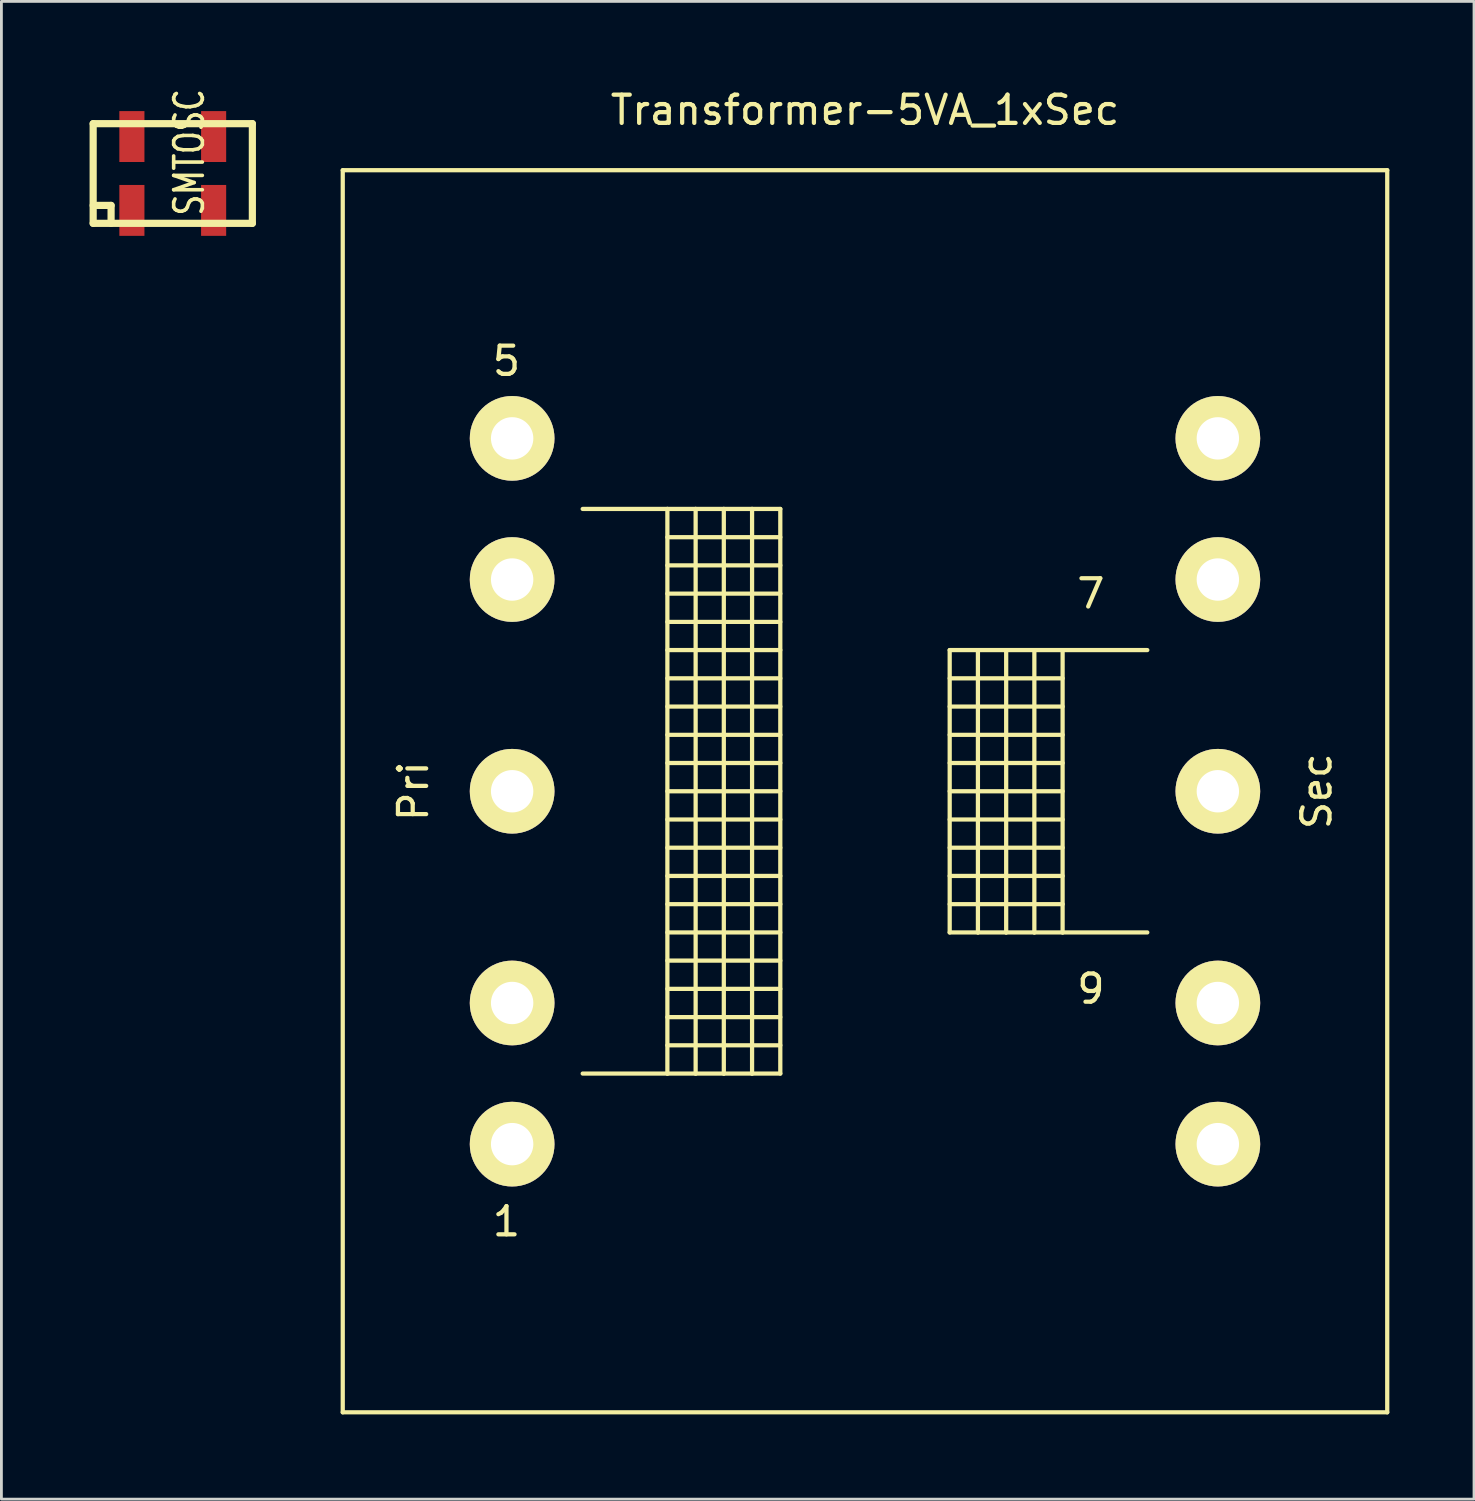
<source format=kicad_pcb>
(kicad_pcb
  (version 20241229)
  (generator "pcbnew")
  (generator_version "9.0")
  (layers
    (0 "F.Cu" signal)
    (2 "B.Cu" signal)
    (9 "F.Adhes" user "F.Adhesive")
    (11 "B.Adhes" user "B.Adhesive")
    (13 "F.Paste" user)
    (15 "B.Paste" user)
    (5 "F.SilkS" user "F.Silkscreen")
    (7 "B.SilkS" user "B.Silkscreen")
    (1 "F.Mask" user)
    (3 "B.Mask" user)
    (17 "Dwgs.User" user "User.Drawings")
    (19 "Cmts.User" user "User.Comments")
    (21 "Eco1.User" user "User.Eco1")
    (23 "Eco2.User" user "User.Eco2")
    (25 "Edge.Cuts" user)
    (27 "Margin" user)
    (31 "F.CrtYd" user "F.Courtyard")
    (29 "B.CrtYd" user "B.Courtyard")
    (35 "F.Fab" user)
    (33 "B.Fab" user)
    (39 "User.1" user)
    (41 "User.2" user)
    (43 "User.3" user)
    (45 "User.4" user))
  (footprint "Transformer-5VA_1xSec"
    (layer "F.Cu")
    (at 27.59 24.978)
    (property "Reference" "Transformer-5VA_1xSec" (at 0 -24.13 0) (layer "F.SilkS") (effects (font (size 1 1) (thickness 0.15))))
    (attr through_hole)
    (fp_line (start -18.499 -21.999) (end -18.499 21.999) (stroke (width 0.15) (type solid)) (layer "F.SilkS"))
    (fp_line (start -18.499 21.999) (end 18.499 21.999) (stroke (width 0.15) (type solid)) (layer "F.SilkS"))
    (fp_line (start -10 -10) (end -7 -10) (stroke (width 0.15) (type solid)) (layer "F.SilkS"))
    (fp_line (start -7 -10) (end -7 10) (stroke (width 0.15) (type solid)) (layer "F.SilkS"))
    (fp_line (start -7 -10) (end -5.999 -10) (stroke (width 0.15) (type solid)) (layer "F.SilkS"))
    (fp_line (start -7 -8.999) (end -3 -8.999) (stroke (width 0.15) (type solid)) (layer "F.SilkS"))
    (fp_line (start -7 -8.001) (end -3 -8.001) (stroke (width 0.15) (type solid)) (layer "F.SilkS"))
    (fp_line (start -7 -7) (end -3 -7) (stroke (width 0.15) (type solid)) (layer "F.SilkS"))
    (fp_line (start -7 -5.999) (end -3 -5.999) (stroke (width 0.15) (type solid)) (layer "F.SilkS"))
    (fp_line (start -7 -5.001) (end -3 -5.001) (stroke (width 0.15) (type solid)) (layer "F.SilkS"))
    (fp_line (start -7 -4) (end -3 -4) (stroke (width 0.15) (type solid)) (layer "F.SilkS"))
    (fp_line (start -7 -3) (end -3 -3) (stroke (width 0.15) (type solid)) (layer "F.SilkS"))
    (fp_line (start -7 -1.999) (end -3 -1.999) (stroke (width 0.15) (type solid)) (layer "F.SilkS"))
    (fp_line (start -7 -1.001) (end -3 -1.001) (stroke (width 0.15) (type solid)) (layer "F.SilkS"))
    (fp_line (start -7 0) (end -3 0) (stroke (width 0.15) (type solid)) (layer "F.SilkS"))
    (fp_line (start -7 1.001) (end -3 1.001) (stroke (width 0.15) (type solid)) (layer "F.SilkS"))
    (fp_line (start -7 1.999) (end -3 1.999) (stroke (width 0.15) (type solid)) (layer "F.SilkS"))
    (fp_line (start -7 3) (end -3 3) (stroke (width 0.15) (type solid)) (layer "F.SilkS"))
    (fp_line (start -7 4) (end -3 4) (stroke (width 0.15) (type solid)) (layer "F.SilkS"))
    (fp_line (start -7 5.001) (end -3 5.001) (stroke (width 0.15) (type solid)) (layer "F.SilkS"))
    (fp_line (start -7 5.999) (end -3 5.999) (stroke (width 0.15) (type solid)) (layer "F.SilkS"))
    (fp_line (start -7 7) (end -3 7) (stroke (width 0.15) (type solid)) (layer "F.SilkS"))
    (fp_line (start -7 8.001) (end -3 8.001) (stroke (width 0.15) (type solid)) (layer "F.SilkS"))
    (fp_line (start -7 8.999) (end -3 8.999) (stroke (width 0.15) (type solid)) (layer "F.SilkS"))
    (fp_line (start -7 10) (end -10 10) (stroke (width 0.15) (type solid)) (layer "F.SilkS"))
    (fp_line (start -5.999 -10) (end -5.999 10) (stroke (width 0.15) (type solid)) (layer "F.SilkS"))
    (fp_line (start -5.999 -10) (end -5.001 -10) (stroke (width 0.15) (type solid)) (layer "F.SilkS"))
    (fp_line (start -5.999 10) (end -7 10) (stroke (width 0.15) (type solid)) (layer "F.SilkS"))
    (fp_line (start -5.001 -10) (end -5.001 10) (stroke (width 0.15) (type solid)) (layer "F.SilkS"))
    (fp_line (start -5.001 -10) (end -4 -10) (stroke (width 0.15) (type solid)) (layer "F.SilkS"))
    (fp_line (start -5.001 10) (end -5.999 10) (stroke (width 0.15) (type solid)) (layer "F.SilkS"))
    (fp_line (start -4 -10) (end -4 10) (stroke (width 0.15) (type solid)) (layer "F.SilkS"))
    (fp_line (start -4 -10) (end -3 -10) (stroke (width 0.15) (type solid)) (layer "F.SilkS"))
    (fp_line (start -4 10) (end -5.001 10) (stroke (width 0.15) (type solid)) (layer "F.SilkS"))
    (fp_line (start -3 -10) (end -3 10) (stroke (width 0.15) (type solid)) (layer "F.SilkS"))
    (fp_line (start -3 10) (end -4 10) (stroke (width 0.15) (type solid)) (layer "F.SilkS"))
    (fp_line (start 3 -5.001) (end 3 5.001) (stroke (width 0.15) (type solid)) (layer "F.SilkS"))
    (fp_line (start 3 -4) (end 7 -4) (stroke (width 0.15) (type solid)) (layer "F.SilkS"))
    (fp_line (start 3 -1.999) (end 7 -1.999) (stroke (width 0.15) (type solid)) (layer "F.SilkS"))
    (fp_line (start 3 0) (end 7 0) (stroke (width 0.15) (type solid)) (layer "F.SilkS"))
    (fp_line (start 3 1.999) (end 7 1.999) (stroke (width 0.15) (type solid)) (layer "F.SilkS"))
    (fp_line (start 3 4) (end 7 4) (stroke (width 0.15) (type solid)) (layer "F.SilkS"))
    (fp_line (start 3 5.001) (end 4 5.001) (stroke (width 0.15) (type solid)) (layer "F.SilkS"))
    (fp_line (start 4 -5.001) (end 3 -5.001) (stroke (width 0.15) (type solid)) (layer "F.SilkS"))
    (fp_line (start 4 -5.001) (end 4 5.001) (stroke (width 0.15) (type solid)) (layer "F.SilkS"))
    (fp_line (start 4 5.001) (end 5.001 5.001) (stroke (width 0.15) (type solid)) (layer "F.SilkS"))
    (fp_line (start 5.001 -5.001) (end 4 -5.001) (stroke (width 0.15) (type solid)) (layer "F.SilkS"))
    (fp_line (start 5.001 -5.001) (end 5.001 5.001) (stroke (width 0.15) (type solid)) (layer "F.SilkS"))
    (fp_line (start 5.001 5.001) (end 5.999 5.001) (stroke (width 0.15) (type solid)) (layer "F.SilkS"))
    (fp_line (start 5.999 -5.001) (end 5.001 -5.001) (stroke (width 0.15) (type solid)) (layer "F.SilkS"))
    (fp_line (start 5.999 -5.001) (end 5.999 5.001) (stroke (width 0.15) (type solid)) (layer "F.SilkS"))
    (fp_line (start 5.999 5.001) (end 7 5.001) (stroke (width 0.15) (type solid)) (layer "F.SilkS"))
    (fp_line (start 7 -5.001) (end 5.999 -5.001) (stroke (width 0.15) (type solid)) (layer "F.SilkS"))
    (fp_line (start 7 -5.001) (end 7 5.001) (stroke (width 0.15) (type solid)) (layer "F.SilkS"))
    (fp_line (start 7 -3) (end 3 -3) (stroke (width 0.15) (type solid)) (layer "F.SilkS"))
    (fp_line (start 7 -1.001) (end 3 -1.001) (stroke (width 0.15) (type solid)) (layer "F.SilkS"))
    (fp_line (start 7 1.001) (end 3 1.001) (stroke (width 0.15) (type solid)) (layer "F.SilkS"))
    (fp_line (start 7 3) (end 3 3) (stroke (width 0.15) (type solid)) (layer "F.SilkS"))
    (fp_line (start 7 5.001) (end 10 5.001) (stroke (width 0.15) (type solid)) (layer "F.SilkS"))
    (fp_line (start 10 -5.001) (end 7 -5.001) (stroke (width 0.15) (type solid)) (layer "F.SilkS"))
    (fp_line (start 18.499 -21.999) (end -18.499 -21.999) (stroke (width 0.15) (type solid)) (layer "F.SilkS"))
    (fp_line (start 18.499 21.999) (end 18.499 -21.999) (stroke (width 0.15) (type solid)) (layer "F.SilkS"))
    (fp_text user "9" (at 8.001 7 0) (layer "F.SilkS") (effects (font (size 1 1) (thickness 0.15))))
    (fp_text user "5" (at -12.7 -15.24 0) (layer "F.SilkS") (effects (font (size 1 1) (thickness 0.15))))
    (fp_text user "1" (at -12.7 15.24 0) (layer "F.SilkS") (effects (font (size 1 1) (thickness 0.15))))
    (fp_text user "7" (at 8.001 -7 0) (layer "F.SilkS") (effects (font (size 1 1) (thickness 0.15))))
    (fp_text user "Pri" (at -15.999 0 90) (layer "F.SilkS") (effects (font (size 1 1) (thickness 0.15))))
    (fp_text user "Sec" (at 15.999 0 90) (layer "F.SilkS") (effects (font (size 1 1) (thickness 0.15))))
    (pad "1" thru_hole circle (at -12.499 12.5) (size 3 3) (drill 1.501) (layers "*.Cu" "*.Mask" "F.SilkS"))
    (pad "2" thru_hole circle (at -12.499 7.5) (size 3 3) (drill 1.501) (layers "*.Cu" "*.Mask" "F.SilkS"))
    (pad "3" thru_hole circle (at -12.499 0) (size 3 3) (drill 1.501) (layers "*.Cu" "*.Mask" "F.SilkS"))
    (pad "4" thru_hole circle (at -12.499 -7.5) (size 3 3) (drill 1.501) (layers "*.Cu" "*.Mask" "F.SilkS"))
    (pad "5" thru_hole circle (at -12.499 -12.5) (size 3 3) (drill 1.501) (layers "*.Cu" "*.Mask" "F.SilkS"))
    (pad "6" thru_hole circle (at 12.499 -12.5) (size 3 3) (drill 1.501) (layers "*.Cu" "*.Mask" "F.SilkS"))
    (pad "7" thru_hole circle (at 12.499 -7.5) (size 3 3) (drill 1.501) (layers "*.Cu" "*.Mask" "F.SilkS"))
    (pad "8" thru_hole circle (at 12.499 0) (size 3 3) (drill 1.501) (layers "*.Cu" "*.Mask" "F.SilkS"))
    (pad "9" thru_hole circle (at 12.499 7.5) (size 3 3) (drill 1.501) (layers "*.Cu" "*.Mask" "F.SilkS"))
    (pad "10" thru_hole circle (at 12.499 12.5) (size 3 3) (drill 1.501) (layers "*.Cu" "*.Mask" "F.SilkS")))
  (footprint "SMTOSC"
    (layer "F.Cu")
    (at 0.25 1.33)
    (property "Reference" "SMTOSC" (at 3.404 1.016 90) (layer "F.SilkS") (effects (font (size 1.016 0.762) (thickness 0.127))))
    (attr through_hole)
    (fp_line (start 0 0) (end 0 3.531) (stroke (width 0.254) (type solid)) (layer "F.SilkS"))
    (fp_line (start 0 3.531) (end 5.639 3.531) (stroke (width 0.254) (type solid)) (layer "F.SilkS"))
    (fp_line (start 0.635 2.896) (end 0 2.896) (stroke (width 0.254) (type solid)) (layer "F.SilkS"))
    (fp_line (start 0.635 3.531) (end 0.635 2.896) (stroke (width 0.254) (type solid)) (layer "F.SilkS"))
    (fp_line (start 5.639 0) (end 0 0) (stroke (width 0.254) (type solid)) (layer "F.SilkS"))
    (fp_line (start 5.639 3.531) (end 5.639 0) (stroke (width 0.254) (type solid)) (layer "F.SilkS"))
    (pad "1" smd rect (at 1.372 3.073 270) (size 1.803 0.889) (layers "F.Cu" "F.Mask" "F.Paste"))
    (pad "2" smd rect (at 4.267 3.073 270) (size 1.803 0.889) (layers "F.Cu" "F.Mask" "F.Paste"))
    (pad "3" smd rect (at 4.267 0.457 270) (size 1.803 0.889) (layers "F.Cu" "F.Mask" "F.Paste"))
    (pad "4" smd rect (at 1.372 0.457 270) (size 1.803 0.889) (layers "F.Cu" "F.Mask" "F.Paste")))
  (gr_rect
    (start -3 -3)
    (end 49.163 50.052)
    (stroke (width 0.1) (type default))
    (fill no)
    (layer "Edge.Cuts")))
</source>
